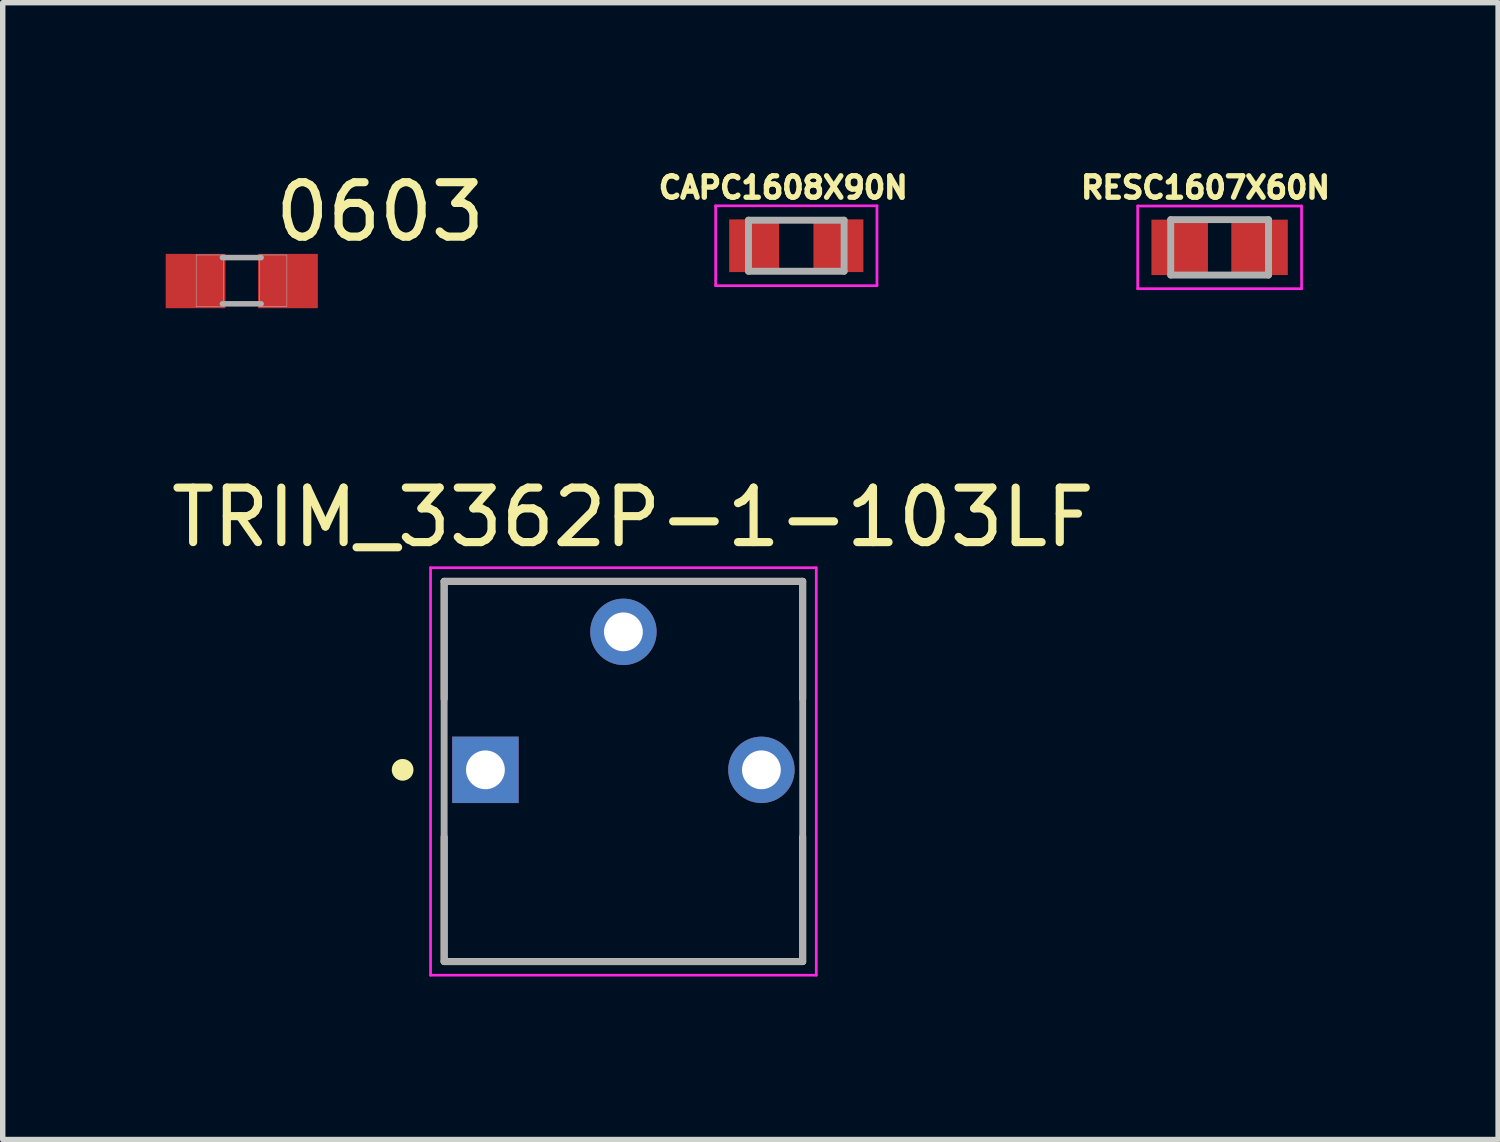
<source format=kicad_pcb>
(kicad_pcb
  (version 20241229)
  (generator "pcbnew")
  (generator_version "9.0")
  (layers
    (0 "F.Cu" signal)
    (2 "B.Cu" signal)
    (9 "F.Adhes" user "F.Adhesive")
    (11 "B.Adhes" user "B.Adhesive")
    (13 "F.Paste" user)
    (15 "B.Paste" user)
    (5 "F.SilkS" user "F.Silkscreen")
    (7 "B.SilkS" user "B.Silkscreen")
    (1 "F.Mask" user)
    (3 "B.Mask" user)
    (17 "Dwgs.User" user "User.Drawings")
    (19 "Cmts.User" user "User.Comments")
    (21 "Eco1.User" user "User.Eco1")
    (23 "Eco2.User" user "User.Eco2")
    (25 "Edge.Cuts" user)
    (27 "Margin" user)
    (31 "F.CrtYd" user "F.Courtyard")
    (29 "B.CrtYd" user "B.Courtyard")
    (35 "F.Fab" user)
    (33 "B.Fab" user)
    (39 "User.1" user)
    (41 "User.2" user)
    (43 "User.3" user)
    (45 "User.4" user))
  (footprint "CAPC1608X90N"
    (layer "F.Cu")
    (at 11.607 1.473)
    (property "Reference" "CAPC1608X90N" (at -0.24 -1.07 0) (layer "F.SilkS") (effects (font (size 0.394 0.394) (thickness 0.15))))
    (attr through_hole)
    (fp_line (start -1.485 -0.735) (end 1.485 -0.735) (stroke (width 0.05) (type solid)) (layer "F.CrtYd"))
    (fp_line (start -1.485 0.735) (end -1.485 -0.735) (stroke (width 0.05) (type solid)) (layer "F.CrtYd"))
    (fp_line (start -1.485 0.735) (end 1.485 0.735) (stroke (width 0.05) (type solid)) (layer "F.CrtYd"))
    (fp_line (start 1.485 0.735) (end 1.485 -0.735) (stroke (width 0.05) (type solid)) (layer "F.CrtYd"))
    (fp_line (start -0.88 0.47) (end -0.88 -0.47) (stroke (width 0.127) (type solid)) (layer "F.Fab"))
    (fp_line (start 0.88 -0.47) (end -0.88 -0.47) (stroke (width 0.127) (type solid)) (layer "F.Fab"))
    (fp_line (start 0.88 0.47) (end -0.88 0.47) (stroke (width 0.127) (type solid)) (layer "F.Fab"))
    (fp_line (start 0.88 0.47) (end 0.88 -0.47) (stroke (width 0.127) (type solid)) (layer "F.Fab"))
    (pad "1" smd rect (at -0.775 0) (size 0.92 0.97) (layers "F.Cu" "F.Mask" "F.Paste"))
    (pad "2" smd rect (at 0.775 0) (size 0.92 0.97) (layers "F.Cu" "F.Mask" "F.Paste")))
  (footprint "RESC1607X60N"
    (layer "F.Cu")
    (at 19.399 1.503)
    (property "Reference" "RESC1607X60N" (at -0.26 -1.1 0) (layer "F.SilkS") (effects (font (size 0.394 0.394) (thickness 0.15))))
    (attr through_hole)
    (fp_line (start -1.508 -0.761) (end 1.508 -0.761) (stroke (width 0.05) (type solid)) (layer "F.CrtYd"))
    (fp_line (start -1.508 0.761) (end -1.508 -0.761) (stroke (width 0.05) (type solid)) (layer "F.CrtYd"))
    (fp_line (start -1.508 0.761) (end 1.508 0.761) (stroke (width 0.05) (type solid)) (layer "F.CrtYd"))
    (fp_line (start 1.508 0.761) (end 1.508 -0.761) (stroke (width 0.05) (type solid)) (layer "F.CrtYd"))
    (fp_line (start -0.9 0.51) (end -0.9 -0.51) (stroke (width 0.127) (type solid)) (layer "F.Fab"))
    (fp_line (start 0.9 -0.51) (end -0.9 -0.51) (stroke (width 0.127) (type solid)) (layer "F.Fab"))
    (fp_line (start 0.9 0.51) (end -0.9 0.51) (stroke (width 0.127) (type solid)) (layer "F.Fab"))
    (fp_line (start 0.9 0.51) (end 0.9 -0.51) (stroke (width 0.127) (type solid)) (layer "F.Fab"))
    (pad "1" smd rect (at -0.735 0) (size 1.04 1.02) (layers "F.Cu" "F.Mask" "F.Paste"))
    (pad "2" smd rect (at 0.735 0) (size 1.04 1.02) (layers "F.Cu" "F.Mask" "F.Paste")))
  (footprint "TRIM_3362P-1-103LF"
    (layer "F.Cu")
    (at 8.425 11.12)
    (property "Reference" "TRIM_3362P-1-103LF" (at 0.175 -4.648 0) (layer "F.SilkS") (effects (font (size 1.003 1.003) (thickness 0.15))))
    (attr through_hole)
    (fp_line (start -3.3 -3.47) (end 3.3 -3.47) (stroke (width 0.127) (type solid)) (layer "F.SilkS"))
    (fp_line (start -3.3 -1.305) (end -3.3 -3.47) (stroke (width 0.127) (type solid)) (layer "F.SilkS"))
    (fp_line (start -3.3 3.52) (end -3.3 1.235) (stroke (width 0.127) (type solid)) (layer "F.SilkS"))
    (fp_line (start 3.3 -3.47) (end 3.3 -1.305) (stroke (width 0.127) (type solid)) (layer "F.SilkS"))
    (fp_line (start 3.3 1.235) (end 3.3 3.52) (stroke (width 0.127) (type solid)) (layer "F.SilkS"))
    (fp_line (start 3.3 3.53) (end -3.3 3.53) (stroke (width 0.127) (type solid)) (layer "F.SilkS"))
    (fp_circle (center -4.064 0) (end -3.964 0) (stroke (width 0.2) (type solid)) (fill no) (layer "F.SilkS"))
    (fp_line (start -3.55 -3.72) (end 3.55 -3.72) (stroke (width 0.05) (type solid)) (layer "F.CrtYd"))
    (fp_line (start -3.55 3.78) (end -3.55 -3.72) (stroke (width 0.05) (type solid)) (layer "F.CrtYd"))
    (fp_line (start 3.55 -3.72) (end 3.55 3.78) (stroke (width 0.05) (type solid)) (layer "F.CrtYd"))
    (fp_line (start 3.55 3.78) (end -3.55 3.78) (stroke (width 0.05) (type solid)) (layer "F.CrtYd"))
    (fp_line (start -3.3 -3.47) (end 3.3 -3.47) (stroke (width 0.127) (type solid)) (layer "F.Fab"))
    (fp_line (start -3.3 3.53) (end -3.3 -3.47) (stroke (width 0.127) (type solid)) (layer "F.Fab"))
    (fp_line (start 3.3 -3.47) (end 3.3 3.53) (stroke (width 0.127) (type solid)) (layer "F.Fab"))
    (fp_line (start 3.3 3.53) (end -3.3 3.53) (stroke (width 0.127) (type solid)) (layer "F.Fab"))
    (pad "1" thru_hole rect (at -2.54 0) (size 1.222 1.222) (drill 0.714) (layers "*.Cu" "*.Mask"))
    (pad "2" thru_hole circle (at 0 -2.54) (size 1.222 1.222) (drill 0.714) (layers "*.Cu" "*.Mask"))
    (pad "3" thru_hole circle (at 2.54 0) (size 1.222 1.222) (drill 0.714) (layers "*.Cu" "*.Mask")))
  (footprint "0603"
    (layer "F.Cu")
    (at 1.4 2.123)
    (property "Reference" "0603" (at 2.546 -1.273 0) (layer "F.SilkS") (effects (font (size 1.002 1.002) (thickness 0.15))))
    (attr through_hole)
    (fp_line (start -0.356 -0.432) (end 0.356 -0.432) (stroke (width 0.102) (type solid)) (layer "F.Fab"))
    (fp_line (start -0.356 0.419) (end 0.356 0.419) (stroke (width 0.102) (type solid)) (layer "F.Fab"))
    (fp_poly (pts (xy -0.839 -0.48) (xy -0.338 -0.48) (xy -0.338 0.47) (xy -0.839 0.47)) (stroke (width 0.01) (type solid)) (fill no) (layer "F.Fab"))
    (fp_poly (pts (xy 0.331 -0.48) (xy 0.83 -0.48) (xy 0.83 0.471) (xy 0.331 0.471)) (stroke (width 0.01) (type solid)) (fill no) (layer "F.Fab"))
    (pad "1" smd rect (at -0.85 0) (size 1.1 1) (layers "F.Cu" "F.Mask" "F.Paste"))
    (pad "2" smd rect (at 0.85 0) (size 1.1 1) (layers "F.Cu" "F.Mask" "F.Paste")))
  (gr_rect
    (start -3 -3)
    (end 24.525 17.925)
    (stroke (width 0.1) (type default))
    (fill no)
    (layer "Edge.Cuts")))
</source>
